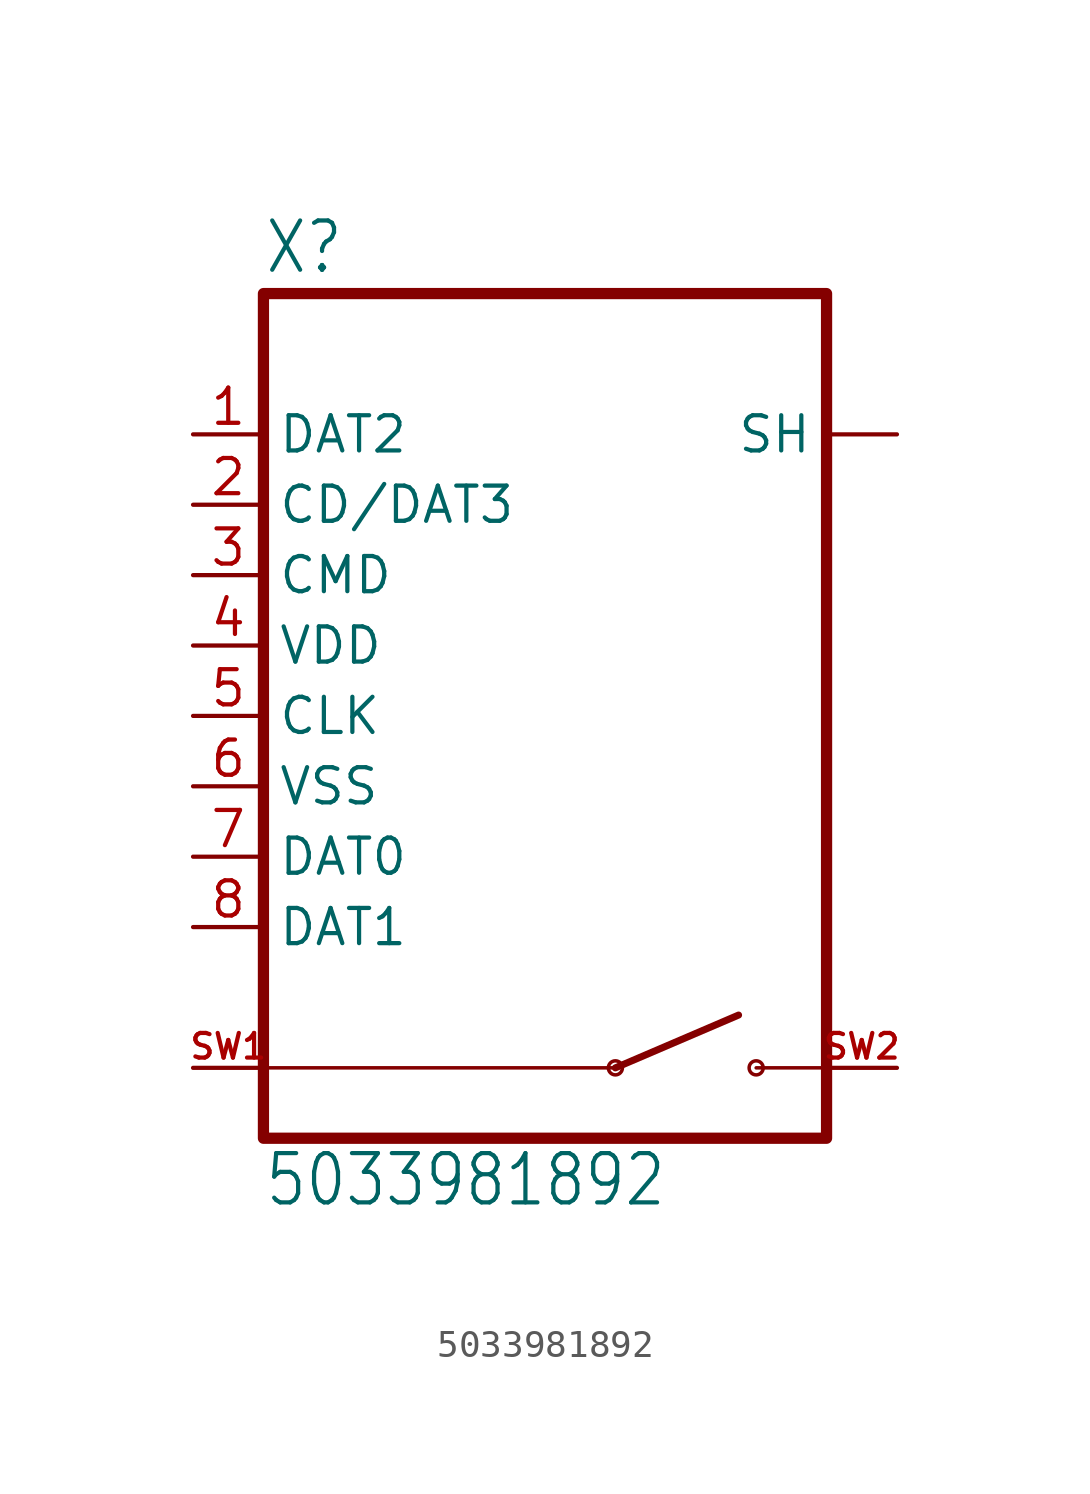
<source format=kicad_sym>
(kicad_symbol_lib
  (version 20220914)
  (generator kicad_symbol_editor)
  (symbol "5033981892"
    (property "Reference" "X"
      (at -10.16 15.875 0)
      (effects (font (size 1.778 1.511)) (justify left bottom)))
    (property "Value" "5033981892"
      (at -10.16 -17.78 0)
      (effects (font (size 1.778 1.511)) (justify left bottom)))
    (symbol "5033981892_1_0"
      (polyline (pts (xy -10.16 -12.7) (xy 2.54 -12.7)) (stroke (width 0.127) (type solid)) (fill (type none)))
      (polyline (pts (xy 2.54 -12.7) (xy 6.985 -10.795)) (stroke (width 0.254) (type solid)) (fill (type none)))
      (polyline (pts (xy 7.62 -12.7) (xy 10.16 -12.7)) (stroke (width 0.127) (type solid)) (fill (type none)))
      (circle (center 2.54 -12.7) (radius 0.254) (stroke (width 0.127) (type solid)) (fill (type none)))
      (circle (center 7.62 -12.7) (radius 0.254) (stroke (width 0.127) (type solid)) (fill (type none)))
      (pin passive line (at -12.7 10.16 0) (length 2.54) (name "DAT2" (effects (font (size 1.27 1.27)))) (number "1" (effects (font (size 1.27 1.27)))))
      (pin passive line (at -12.7 7.62 0) (length 2.54) (name "CD/DAT3" (effects (font (size 1.27 1.27)))) (number "2" (effects (font (size 1.27 1.27)))))
      (pin passive line (at -12.7 5.08 0) (length 2.54) (name "CMD" (effects (font (size 1.27 1.27)))) (number "3" (effects (font (size 1.27 1.27)))))
      (pin power_in line (at -12.7 2.54 0) (length 2.54) (name "VDD" (effects (font (size 1.27 1.27)))) (number "4" (effects (font (size 1.27 1.27)))))
      (pin passive line (at -12.7 0 0) (length 2.54) (name "CLK" (effects (font (size 1.27 1.27)))) (number "5" (effects (font (size 1.27 1.27)))))
      (pin power_in line (at -12.7 -2.54 0) (length 2.54) (name "VSS" (effects (font (size 1.27 1.27)))) (number "6" (effects (font (size 1.27 1.27)))))
      (pin passive line (at -12.7 -5.08 0) (length 2.54) (name "DAT0" (effects (font (size 1.27 1.27)))) (number "7" (effects (font (size 1.27 1.27)))))
      (pin passive line (at -12.7 -7.62 0) (length 2.54) (name "DAT1" (effects (font (size 1.27 1.27)))) (number "8" (effects (font (size 1.27 1.27)))))
      (pin passive line (at 12.7 10.16 180) (length 2.54) (name "SH" (effects (font (size 1.27 1.27)))) (number "SH" (effects (font (size 0 0)))))
      (pin passive line (at -12.7 -12.7 0) (length 2.54) (name "SW1" (effects (font (size 0 0)))) (number "SW1" (effects (font (size 0.889 0.889)))))
      (pin passive line (at 12.7 -12.7 180) (length 2.54) (name "SW2" (effects (font (size 0 0)))) (number "SW2" (effects (font (size 0.889 0.889))))))
    (symbol "5033981892_1_1"
      (rectangle (start -10.16 15.24) (end 10.16 -15.24) (stroke (width 0.406) (type default)) (fill (type none))))))
</source>
